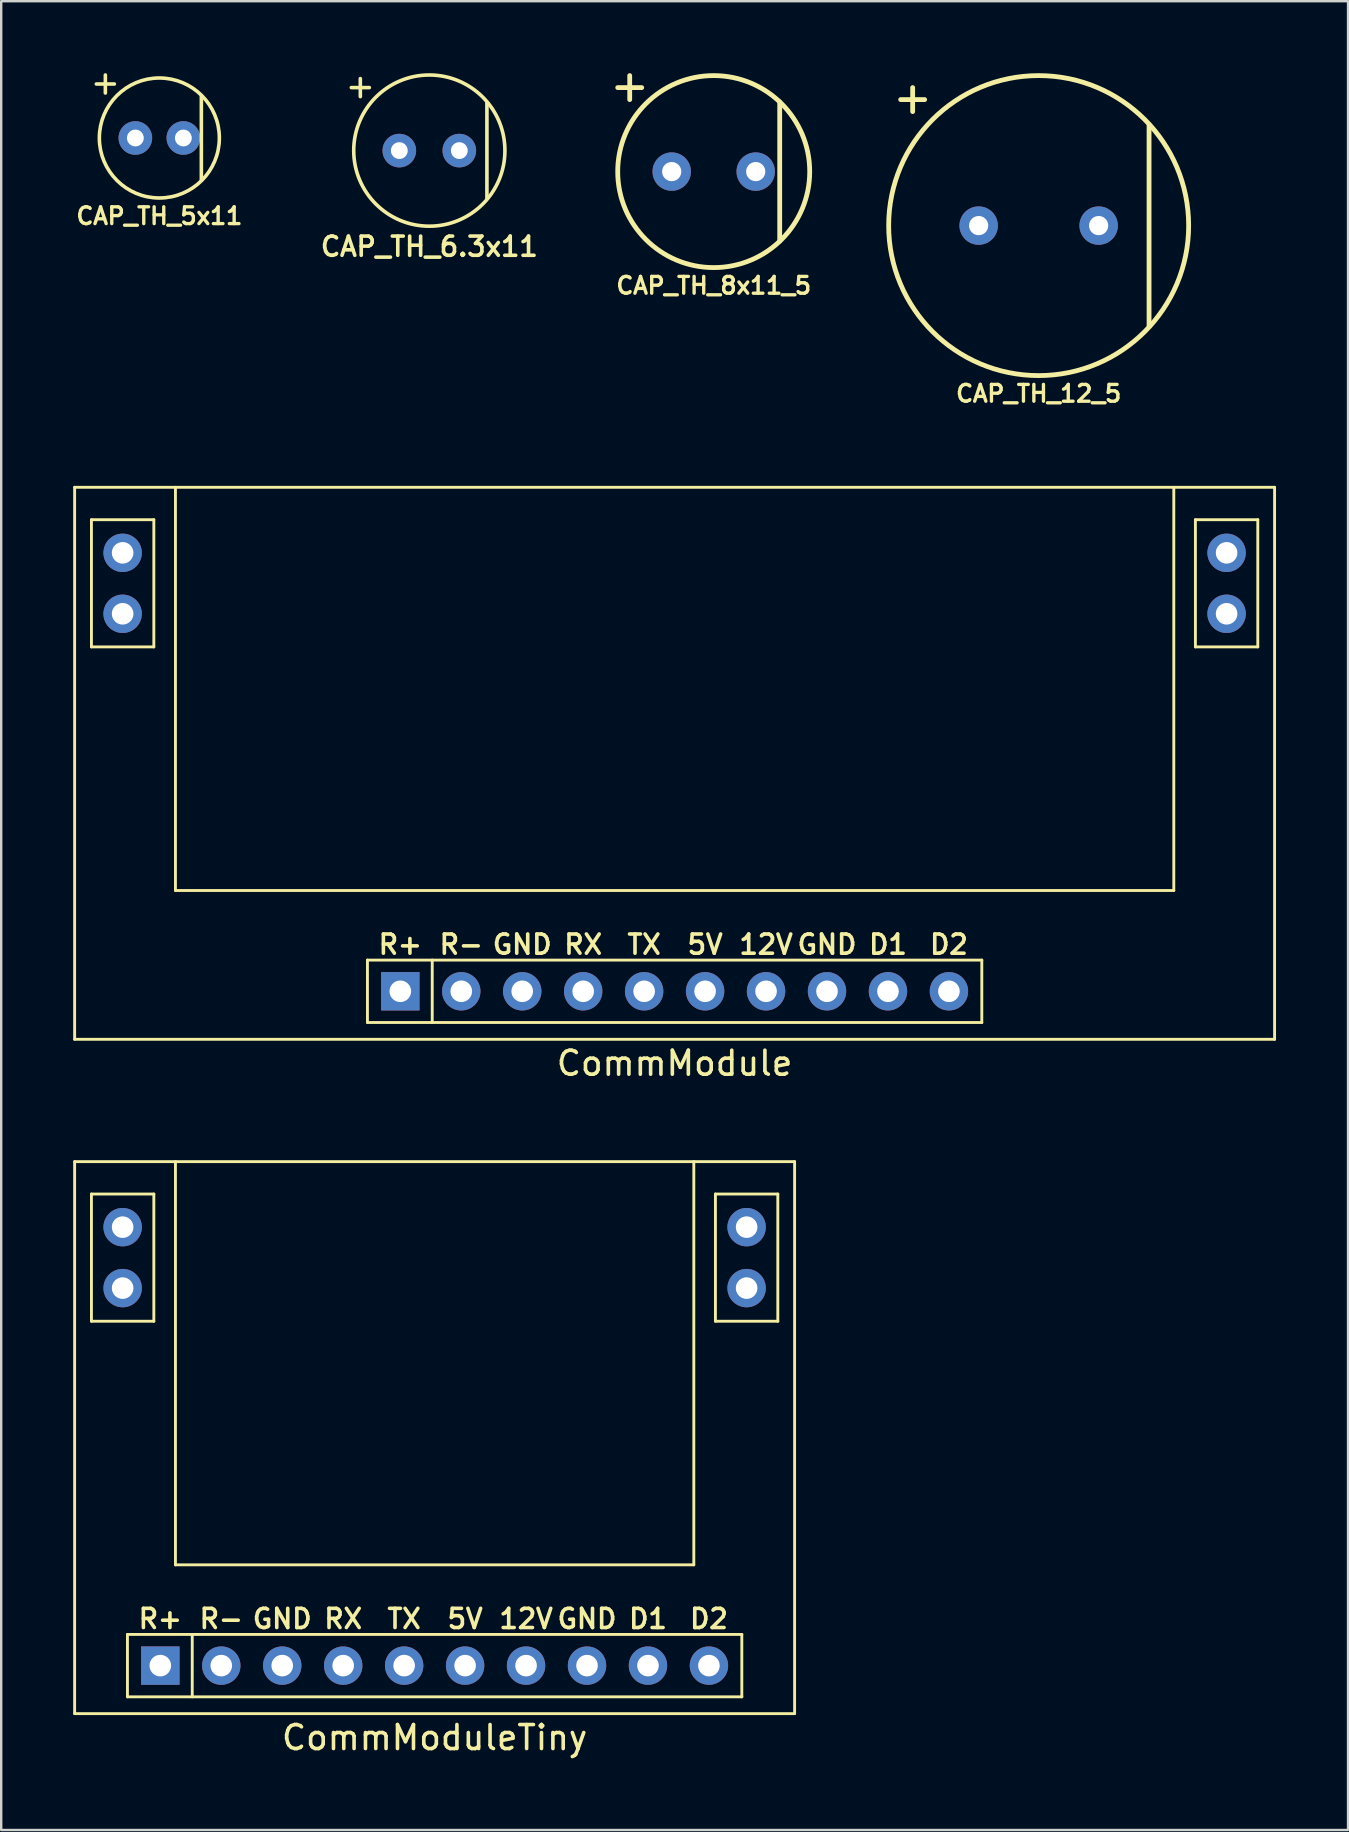
<source format=kicad_pcb>
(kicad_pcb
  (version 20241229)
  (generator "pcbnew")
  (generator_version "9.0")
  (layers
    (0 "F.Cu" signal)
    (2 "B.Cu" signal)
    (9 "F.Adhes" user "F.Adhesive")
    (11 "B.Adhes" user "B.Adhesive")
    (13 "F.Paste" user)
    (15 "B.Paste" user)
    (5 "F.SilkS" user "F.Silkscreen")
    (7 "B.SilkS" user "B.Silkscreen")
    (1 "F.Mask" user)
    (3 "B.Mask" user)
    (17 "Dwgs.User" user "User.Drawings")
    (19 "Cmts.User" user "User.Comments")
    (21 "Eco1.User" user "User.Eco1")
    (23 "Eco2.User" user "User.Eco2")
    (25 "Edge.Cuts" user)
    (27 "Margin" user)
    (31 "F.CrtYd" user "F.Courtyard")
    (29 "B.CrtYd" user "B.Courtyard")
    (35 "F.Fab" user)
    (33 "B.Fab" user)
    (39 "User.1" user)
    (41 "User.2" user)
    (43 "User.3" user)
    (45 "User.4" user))
  (footprint "CommModuleTiny"
    (layer "F.Cu")
    (at 15.06 45.353)
    (property "Reference" "CommModuleTiny" (at 0 24 0) (layer "F.SilkS") (effects (font (size 1 1) (thickness 0.15))))
    (attr through_hole)
    (fp_line (start -15 0) (end -15 23) (stroke (width 0.12) (type solid)) (layer "F.SilkS"))
    (fp_line (start -15 23) (end 15 23) (stroke (width 0.12) (type solid)) (layer "F.SilkS"))
    (fp_line (start -14.3 1.35) (end -11.7 1.35) (stroke (width 0.12) (type solid)) (layer "F.SilkS"))
    (fp_line (start -14.3 6.65) (end -14.3 1.35) (stroke (width 0.12) (type solid)) (layer "F.SilkS"))
    (fp_line (start -12.8 19.7) (end -12.8 22.3) (stroke (width 0.12) (type solid)) (layer "F.SilkS"))
    (fp_line (start -12.8 22.3) (end 12.8 22.3) (stroke (width 0.12) (type solid)) (layer "F.SilkS"))
    (fp_line (start -11.7 1.35) (end -11.7 6.65) (stroke (width 0.12) (type solid)) (layer "F.SilkS"))
    (fp_line (start -11.7 6.65) (end -14.3 6.65) (stroke (width 0.12) (type solid)) (layer "F.SilkS"))
    (fp_line (start -10.8 0) (end -10.8 16.8) (stroke (width 0.12) (type solid)) (layer "F.SilkS"))
    (fp_line (start -10.8 16.8) (end 10.8 16.8) (stroke (width 0.12) (type solid)) (layer "F.SilkS"))
    (fp_line (start -10.1 19.7) (end -10.1 22.3) (stroke (width 0.12) (type solid)) (layer "F.SilkS"))
    (fp_line (start 10.8 16.8) (end 10.8 0) (stroke (width 0.12) (type solid)) (layer "F.SilkS"))
    (fp_line (start 11.7 1.35) (end 14.3 1.35) (stroke (width 0.12) (type solid)) (layer "F.SilkS"))
    (fp_line (start 11.7 6.65) (end 11.7 1.35) (stroke (width 0.12) (type solid)) (layer "F.SilkS"))
    (fp_line (start 12.8 19.7) (end -12.8 19.7) (stroke (width 0.12) (type solid)) (layer "F.SilkS"))
    (fp_line (start 12.8 22.3) (end 12.8 19.7) (stroke (width 0.12) (type solid)) (layer "F.SilkS"))
    (fp_line (start 14.3 1.35) (end 14.3 6.65) (stroke (width 0.12) (type solid)) (layer "F.SilkS"))
    (fp_line (start 14.3 6.65) (end 11.7 6.65) (stroke (width 0.12) (type solid)) (layer "F.SilkS"))
    (fp_line (start 15 0) (end -15 0) (stroke (width 0.12) (type solid)) (layer "F.SilkS"))
    (fp_line (start 15 23) (end 15 0) (stroke (width 0.12) (type solid)) (layer "F.SilkS"))
    (fp_text user "5V" (at 1.27 19.05 0) (layer "F.SilkS") (effects (font (size 0.8 0.8) (thickness 0.15))))
    (fp_text user "GND" (at 6.35 19.05 0) (layer "F.SilkS") (effects (font (size 0.8 0.8) (thickness 0.15))))
    (fp_text user "RX" (at -3.81 19.05 0) (layer "F.SilkS") (effects (font (size 0.8 0.8) (thickness 0.15))))
    (fp_text user "D2" (at 11.43 19.05 0) (layer "F.SilkS") (effects (font (size 0.8 0.8) (thickness 0.15))))
    (fp_text user "TX" (at -1.27 19.05 0) (layer "F.SilkS") (effects (font (size 0.8 0.8) (thickness 0.15))))
    (fp_text user "GND" (at -6.35 19.05 0) (layer "F.SilkS") (effects (font (size 0.8 0.8) (thickness 0.15))))
    (fp_text user "R+" (at -11.43 19.05 0) (layer "F.SilkS") (effects (font (size 0.8 0.8) (thickness 0.15))))
    (fp_text user "D1" (at 8.89 19.05 0) (layer "F.SilkS") (effects (font (size 0.8 0.8) (thickness 0.15))))
    (fp_text user "12V" (at 3.81 19.05 0) (layer "F.SilkS") (effects (font (size 0.8 0.8) (thickness 0.15))))
    (fp_text user "R-" (at -8.89 19.05 0) (layer "F.SilkS") (effects (font (size 0.8 0.8) (thickness 0.15))))
    (pad "1" thru_hole rect (at -11.43 21) (size 1.6 1.6) (drill 0.9) (layers "*.Cu" "*.Mask"))
    (pad "2" thru_hole circle (at -8.89 21) (size 1.6 1.6) (drill 0.9) (layers "*.Cu" "*.Mask"))
    (pad "3" thru_hole circle (at -6.35 21) (size 1.6 1.6) (drill 0.9) (layers "*.Cu" "*.Mask"))
    (pad "4" thru_hole circle (at -3.81 21) (size 1.6 1.6) (drill 0.9) (layers "*.Cu" "*.Mask"))
    (pad "5" thru_hole circle (at -1.27 21) (size 1.6 1.6) (drill 0.9) (layers "*.Cu" "*.Mask"))
    (pad "6" thru_hole circle (at 1.27 21) (size 1.6 1.6) (drill 0.9) (layers "*.Cu" "*.Mask"))
    (pad "7" thru_hole circle (at 3.81 21) (size 1.6 1.6) (drill 0.9) (layers "*.Cu" "*.Mask"))
    (pad "8" thru_hole circle (at 6.35 21) (size 1.6 1.6) (drill 0.9) (layers "*.Cu" "*.Mask"))
    (pad "9" thru_hole circle (at 8.89 21) (size 1.6 1.6) (drill 0.9) (layers "*.Cu" "*.Mask"))
    (pad "10" thru_hole circle (at 11.43 21) (size 1.6 1.6) (drill 0.9) (layers "*.Cu" "*.Mask"))
    (pad "11" thru_hole circle (at 13 5.27) (size 1.6 1.6) (drill 0.9) (layers "*.Cu" "*.Mask"))
    (pad "12" thru_hole circle (at 13 2.73) (size 1.6 1.6) (drill 0.9) (layers "*.Cu" "*.Mask"))
    (pad "13" thru_hole circle (at -13 2.73) (size 1.6 1.6) (drill 0.9) (layers "*.Cu" "*.Mask"))
    (pad "14" thru_hole circle (at -13 5.27) (size 1.6 1.6) (drill 0.9) (layers "*.Cu" "*.Mask")))
  (footprint "CAP_TH_12_5"
    (layer "F.Cu")
    (at 40.229 6.35)
    (property "Reference" "CAP_TH_12_5" (at 0 7 0) (layer "F.SilkS") (effects (font (size 0.7 0.7) (thickness 0.14))))
    (attr through_hole)
    (fp_line (start -5.75 -5.25) (end -4.75 -5.25) (stroke (width 0.2) (type solid)) (layer "F.SilkS"))
    (fp_line (start -5.25 -5.75) (end -5.25 -4.75) (stroke (width 0.2) (type solid)) (layer "F.SilkS"))
    (fp_line (start 4.6 -4.2) (end 4.6 4.2) (stroke (width 0.2) (type solid)) (layer "F.SilkS"))
    (fp_circle (center 0 0) (end 6.25 0) (stroke (width 0.2) (type solid)) (fill no) (layer "F.SilkS"))
    (pad "1" thru_hole circle (at -2.5 0) (size 1.6 1.6) (drill 0.8) (layers "*.Cu" "*.Mask"))
    (pad "2" thru_hole circle (at 2.5 0) (size 1.6 1.6) (drill 0.8) (layers "*.Cu" "*.Mask")))
  (footprint "CAP_TH_8x11_5"
    (layer "F.Cu")
    (at 26.689 4.1)
    (property "Reference" "CAP_TH_8x11_5" (at 0 4.75 0) (layer "F.SilkS") (effects (font (size 0.7 0.7) (thickness 0.14))))
    (attr through_hole)
    (fp_line (start -4 -3.5) (end -3 -3.5) (stroke (width 0.2) (type solid)) (layer "F.SilkS"))
    (fp_line (start -3.5 -4) (end -3.5 -3) (stroke (width 0.2) (type solid)) (layer "F.SilkS"))
    (fp_line (start 2.75 -2.9) (end 2.75 2.9) (stroke (width 0.2) (type solid)) (layer "F.SilkS"))
    (fp_circle (center 0 0) (end 4 0) (stroke (width 0.2) (type solid)) (fill no) (layer "F.SilkS"))
    (pad "1" thru_hole circle (at -1.75 0) (size 1.6 1.6) (drill 0.8) (layers "*.Cu" "*.Mask"))
    (pad "2" thru_hole circle (at 1.75 0) (size 1.6 1.6) (drill 0.8) (layers "*.Cu" "*.Mask")))
  (footprint "CAP_TH_6.3x11"
    (layer "F.Cu")
    (at 14.839 3.225)
    (property "Reference" "CAP_TH_6.3x11" (at 0 4 0) (layer "F.SilkS") (effects (font (size 0.8 0.8) (thickness 0.15))))
    (attr through_hole)
    (fp_line (start -3.25 -2.625) (end -2.5 -2.625) (stroke (width 0.15) (type solid)) (layer "F.SilkS"))
    (fp_line (start -2.875 -3) (end -2.875 -2.25) (stroke (width 0.15) (type solid)) (layer "F.SilkS"))
    (fp_line (start 2.4 -2) (end 2.4 2) (stroke (width 0.15) (type solid)) (layer "F.SilkS"))
    (fp_circle (center 0 0) (end 3.15 0) (stroke (width 0.15) (type solid)) (fill no) (layer "F.SilkS"))
    (pad "1" thru_hole circle (at -1.25 0) (size 1.4 1.4) (drill 0.7) (layers "*.Cu" "*.Mask"))
    (pad "2" thru_hole circle (at 1.25 0) (size 1.4 1.4) (drill 0.7) (layers "*.Cu" "*.Mask")))
  (footprint "CAP_TH_5x11"
    (layer "F.Cu")
    (at 3.59 2.7)
    (property "Reference" "CAP_TH_5x11" (at 0 3.25 0) (layer "F.SilkS") (effects (font (size 0.7 0.7) (thickness 0.14))))
    (attr through_hole)
    (fp_line (start -2.625 -2.25) (end -1.875 -2.25) (stroke (width 0.15) (type solid)) (layer "F.SilkS"))
    (fp_line (start -2.25 -2.625) (end -2.25 -1.875) (stroke (width 0.15) (type solid)) (layer "F.SilkS"))
    (fp_line (start 1.75 -1.75) (end 1.75 1.75) (stroke (width 0.15) (type solid)) (layer "F.SilkS"))
    (fp_circle (center 0 0) (end -2.5 0) (stroke (width 0.15) (type solid)) (fill no) (layer "F.SilkS"))
    (pad "1" thru_hole circle (at -1 0) (size 1.4 1.4) (drill 0.7) (layers "*.Cu" "*.Mask"))
    (pad "2" thru_hole circle (at 1 0) (size 1.4 1.4) (drill 0.7) (layers "*.Cu" "*.Mask")))
  (footprint "CommModule"
    (layer "F.Cu")
    (at 25.06 17.255)
    (property "Reference" "CommModule" (at 0 24 0) (layer "F.SilkS") (effects (font (size 1 1) (thickness 0.15))))
    (attr through_hole)
    (fp_line (start -25 0) (end -25 23) (stroke (width 0.12) (type solid)) (layer "F.SilkS"))
    (fp_line (start -25 23) (end 25 23) (stroke (width 0.12) (type solid)) (layer "F.SilkS"))
    (fp_line (start -24.3 1.35) (end -21.7 1.35) (stroke (width 0.12) (type solid)) (layer "F.SilkS"))
    (fp_line (start -24.3 6.65) (end -24.3 1.35) (stroke (width 0.12) (type solid)) (layer "F.SilkS"))
    (fp_line (start -21.7 1.35) (end -21.7 6.65) (stroke (width 0.12) (type solid)) (layer "F.SilkS"))
    (fp_line (start -21.7 6.65) (end -24.3 6.65) (stroke (width 0.12) (type solid)) (layer "F.SilkS"))
    (fp_line (start -20.8 0) (end -20.8 16.8) (stroke (width 0.12) (type solid)) (layer "F.SilkS"))
    (fp_line (start -20.8 16.8) (end 20.8 16.8) (stroke (width 0.12) (type solid)) (layer "F.SilkS"))
    (fp_line (start -12.8 19.7) (end -12.8 22.3) (stroke (width 0.12) (type solid)) (layer "F.SilkS"))
    (fp_line (start -12.8 22.3) (end 12.8 22.3) (stroke (width 0.12) (type solid)) (layer "F.SilkS"))
    (fp_line (start -10.1 19.7) (end -10.1 22.3) (stroke (width 0.12) (type solid)) (layer "F.SilkS"))
    (fp_line (start 12.8 19.7) (end -12.8 19.7) (stroke (width 0.12) (type solid)) (layer "F.SilkS"))
    (fp_line (start 12.8 22.3) (end 12.8 19.7) (stroke (width 0.12) (type solid)) (layer "F.SilkS"))
    (fp_line (start 20.8 16.8) (end 20.8 0) (stroke (width 0.12) (type solid)) (layer "F.SilkS"))
    (fp_line (start 21.7 1.35) (end 24.3 1.35) (stroke (width 0.12) (type solid)) (layer "F.SilkS"))
    (fp_line (start 21.7 6.65) (end 21.7 1.35) (stroke (width 0.12) (type solid)) (layer "F.SilkS"))
    (fp_line (start 24.3 1.35) (end 24.3 6.65) (stroke (width 0.12) (type solid)) (layer "F.SilkS"))
    (fp_line (start 24.3 6.65) (end 21.7 6.65) (stroke (width 0.12) (type solid)) (layer "F.SilkS"))
    (fp_line (start 25 0) (end -25 0) (stroke (width 0.12) (type solid)) (layer "F.SilkS"))
    (fp_line (start 25 23) (end 25 0) (stroke (width 0.12) (type solid)) (layer "F.SilkS"))
    (fp_text user "12V" (at 3.81 19.05 0) (layer "F.SilkS") (effects (font (size 0.8 0.8) (thickness 0.15))))
    (fp_text user "R+" (at -11.43 19.05 0) (layer "F.SilkS") (effects (font (size 0.8 0.8) (thickness 0.15))))
    (fp_text user "GND" (at 6.35 19.05 0) (layer "F.SilkS") (effects (font (size 0.8 0.8) (thickness 0.15))))
    (fp_text user "TX" (at -1.27 19.05 0) (layer "F.SilkS") (effects (font (size 0.8 0.8) (thickness 0.15))))
    (fp_text user "R-" (at -8.89 19.05 0) (layer "F.SilkS") (effects (font (size 0.8 0.8) (thickness 0.15))))
    (fp_text user "5V" (at 1.27 19.05 0) (layer "F.SilkS") (effects (font (size 0.8 0.8) (thickness 0.15))))
    (fp_text user "GND" (at -6.35 19.05 0) (layer "F.SilkS") (effects (font (size 0.8 0.8) (thickness 0.15))))
    (fp_text user "RX" (at -3.81 19.05 0) (layer "F.SilkS") (effects (font (size 0.8 0.8) (thickness 0.15))))
    (fp_text user "D1" (at 8.89 19.05 0) (layer "F.SilkS") (effects (font (size 0.8 0.8) (thickness 0.15))))
    (fp_text user "D2" (at 11.43 19.05 0) (layer "F.SilkS") (effects (font (size 0.8 0.8) (thickness 0.15))))
    (pad "1" thru_hole rect (at -11.43 21) (size 1.6 1.6) (drill 0.9) (layers "*.Cu" "*.Mask"))
    (pad "2" thru_hole circle (at -8.89 21) (size 1.6 1.6) (drill 0.9) (layers "*.Cu" "*.Mask"))
    (pad "3" thru_hole circle (at -6.35 21) (size 1.6 1.6) (drill 0.9) (layers "*.Cu" "*.Mask"))
    (pad "4" thru_hole circle (at -3.81 21) (size 1.6 1.6) (drill 0.9) (layers "*.Cu" "*.Mask"))
    (pad "5" thru_hole circle (at -1.27 21) (size 1.6 1.6) (drill 0.9) (layers "*.Cu" "*.Mask"))
    (pad "6" thru_hole circle (at 1.27 21) (size 1.6 1.6) (drill 0.9) (layers "*.Cu" "*.Mask"))
    (pad "7" thru_hole circle (at 3.81 21) (size 1.6 1.6) (drill 0.9) (layers "*.Cu" "*.Mask"))
    (pad "8" thru_hole circle (at 6.35 21) (size 1.6 1.6) (drill 0.9) (layers "*.Cu" "*.Mask"))
    (pad "9" thru_hole circle (at 8.89 21) (size 1.6 1.6) (drill 0.9) (layers "*.Cu" "*.Mask"))
    (pad "10" thru_hole circle (at 11.43 21) (size 1.6 1.6) (drill 0.9) (layers "*.Cu" "*.Mask"))
    (pad "11" thru_hole circle (at 23 5.27) (size 1.6 1.6) (drill 0.9) (layers "*.Cu" "*.Mask"))
    (pad "12" thru_hole circle (at 23 2.73) (size 1.6 1.6) (drill 0.9) (layers "*.Cu" "*.Mask"))
    (pad "13" thru_hole circle (at -23 2.73) (size 1.6 1.6) (drill 0.9) (layers "*.Cu" "*.Mask"))
    (pad "14" thru_hole circle (at -23 5.27) (size 1.6 1.6) (drill 0.9) (layers "*.Cu" "*.Mask")))
  (gr_rect
    (start -3 -3)
    (end 53.12 73.202)
    (stroke (width 0.1) (type default))
    (fill no)
    (layer "Edge.Cuts")))
</source>
